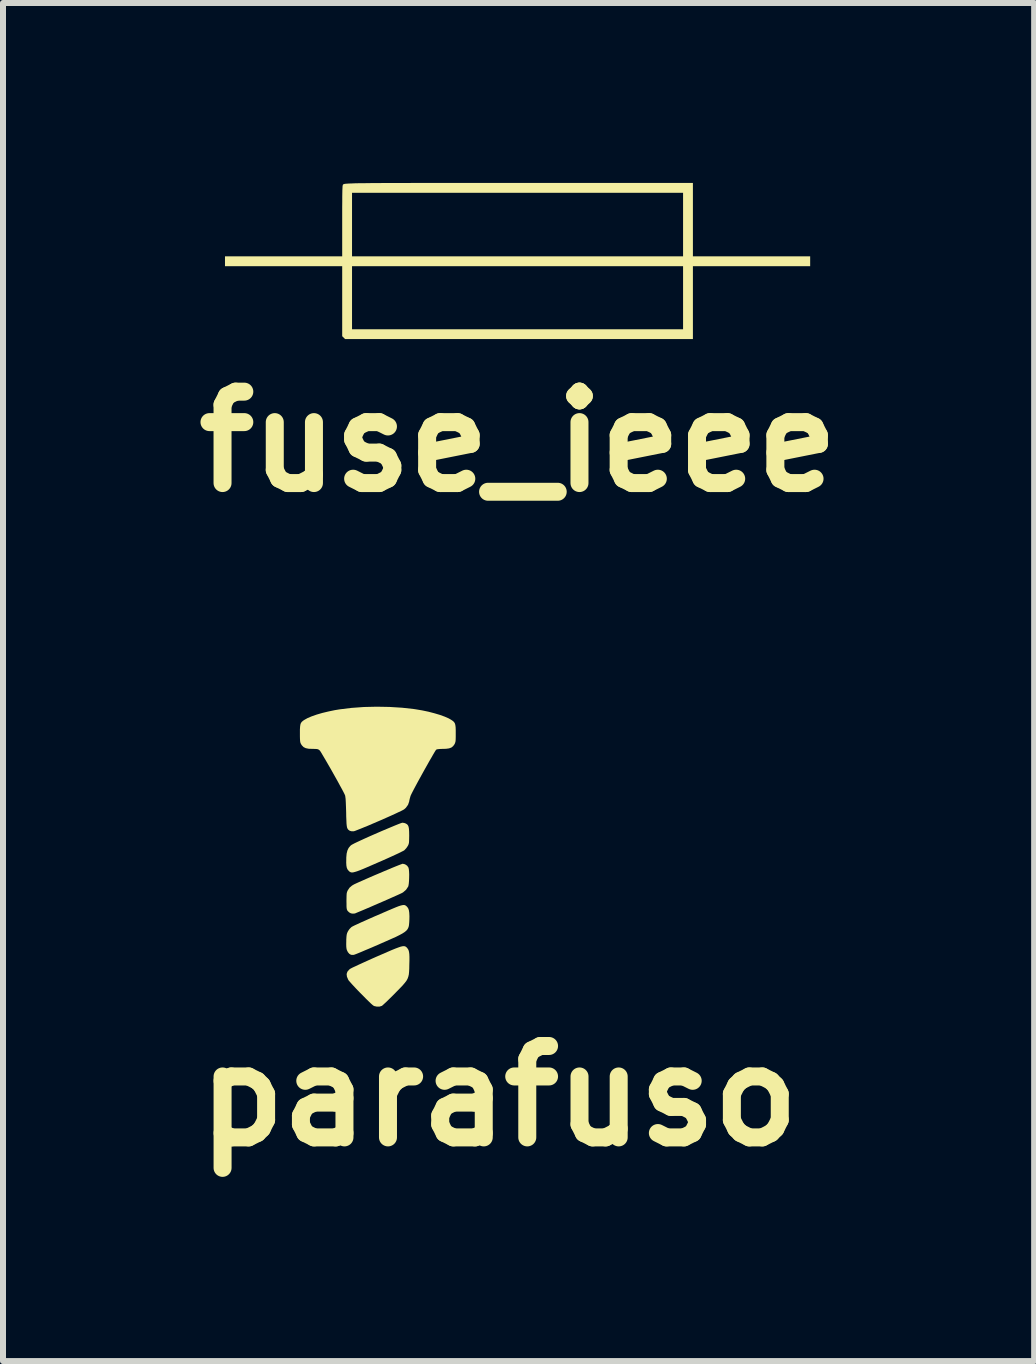
<source format=kicad_pcb>
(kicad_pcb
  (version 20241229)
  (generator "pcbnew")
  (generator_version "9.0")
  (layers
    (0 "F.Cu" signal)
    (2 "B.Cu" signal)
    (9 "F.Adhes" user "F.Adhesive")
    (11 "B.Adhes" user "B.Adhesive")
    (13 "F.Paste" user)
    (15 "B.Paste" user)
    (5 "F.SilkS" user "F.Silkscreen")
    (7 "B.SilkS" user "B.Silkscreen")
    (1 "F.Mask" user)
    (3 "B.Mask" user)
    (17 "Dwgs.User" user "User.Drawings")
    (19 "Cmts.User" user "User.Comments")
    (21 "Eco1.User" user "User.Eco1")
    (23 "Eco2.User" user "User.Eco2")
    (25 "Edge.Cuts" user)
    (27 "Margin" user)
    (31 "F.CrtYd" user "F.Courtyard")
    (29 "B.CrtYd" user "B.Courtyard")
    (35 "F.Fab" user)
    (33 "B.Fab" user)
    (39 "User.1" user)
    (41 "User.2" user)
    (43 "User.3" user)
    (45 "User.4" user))
  (footprint "fuse_ieee"
    (layer "F.Cu")
    (at 5.595 1.314)
    (property "Reference" "fuse_ieee" (at 0 3 0) (layer "F.SilkS") (effects (font (size 1.524 1.524) (thickness 0.3))))
    (attr board_only exclude_from_pos_files exclude_from_bom)
    (fp_poly (pts (xy -0.637 -1.314) (xy -0.402 -1.314) (xy -0.151 -1.314) (xy 0.02 -1.314) (xy 2.907 -1.314) (xy 2.907 -0.09) (xy 4.862 -0.09) (xy 4.862 0.074) (xy 2.907 0.074) (xy 2.907 1.289) (xy -2.892 1.289) (xy -2.94 1.241) (xy -2.94 1.125) (xy -2.776 1.125) (xy 2.743 1.125) (xy 2.743 0.074) (xy -2.776 0.074) (xy -2.776 1.125) (xy -2.94 1.125) (xy -2.94 0.074) (xy -4.894 0.074) (xy -4.894 -0.09) (xy -2.94 -0.09) (xy -2.776 -0.09) (xy 2.743 -0.09) (xy 2.743 -1.15) (xy -2.776 -1.15) (xy -2.776 -0.09) (xy -2.94 -0.09) (xy -2.94 -0.674) (xy -2.94 -0.799) (xy -2.94 -0.908) (xy -2.939 -1.002) (xy -2.939 -1.081) (xy -2.938 -1.146) (xy -2.937 -1.197) (xy -2.935 -1.235) (xy -2.934 -1.26) (xy -2.932 -1.272) (xy -2.931 -1.274) (xy -2.93 -1.277) (xy -2.929 -1.281) (xy -2.928 -1.284) (xy -2.926 -1.287) (xy -2.924 -1.29) (xy -2.919 -1.292) (xy -2.913 -1.294) (xy -2.905 -1.297) (xy -2.893 -1.299) (xy -2.878 -1.301) (xy -2.859 -1.302) (xy -2.835 -1.304) (xy -2.807 -1.305) (xy -2.772 -1.306) (xy -2.732 -1.308) (xy -2.685 -1.309) (xy -2.631 -1.31) (xy -2.57 -1.31) (xy -2.501 -1.311) (xy -2.423 -1.312) (xy -2.336 -1.312) (xy -2.239 -1.313) (xy -2.132 -1.313) (xy -2.015 -1.313) (xy -1.887 -1.313) (xy -1.747 -1.314) (xy -1.595 -1.314) (xy -1.43 -1.314) (xy -1.253 -1.314) (xy -1.062 -1.314) (xy -0.856 -1.314)) (stroke (width 0) (type solid)) (fill yes) (layer "F.SilkS")))
  (footprint "parafuso"
    (layer "F.Cu")
    (at 3.249 11.233)
    (property "Reference" "parafuso" (at 2.02 3.99 0) (layer "F.SilkS") (effects (font (size 1.524 1.524) (thickness 0.3))))
    (attr board_only exclude_from_pos_files exclude_from_bom)
    (fp_poly (pts (xy 0.453 0.126) (xy 0.488 0.149) (xy 0.51 0.18) (xy 0.517 0.207) (xy 0.521 0.248) (xy 0.523 0.298) (xy 0.522 0.352) (xy 0.52 0.405) (xy 0.516 0.451) (xy 0.51 0.486) (xy 0.506 0.498) (xy 0.47 0.552) (xy 0.421 0.594) (xy 0.402 0.605) (xy 0.379 0.616) (xy 0.342 0.633) (xy 0.293 0.655) (xy 0.234 0.681) (xy 0.167 0.711) (xy 0.096 0.742) (xy 0.022 0.774) (xy -0.052 0.806) (xy -0.125 0.838) (xy -0.193 0.867) (xy -0.254 0.893) (xy -0.307 0.915) (xy -0.348 0.932) (xy -0.376 0.944) (xy -0.387 0.947) (xy -0.419 0.949) (xy -0.449 0.944) (xy -0.478 0.928) (xy -0.502 0.905) (xy -0.51 0.893) (xy -0.516 0.878) (xy -0.52 0.857) (xy -0.522 0.828) (xy -0.522 0.785) (xy -0.523 0.739) (xy -0.522 0.683) (xy -0.521 0.642) (xy -0.519 0.613) (xy -0.514 0.591) (xy -0.507 0.573) (xy -0.502 0.562) (xy -0.471 0.516) (xy -0.43 0.481) (xy -0.396 0.461) (xy -0.362 0.445) (xy -0.316 0.424) (xy -0.259 0.399) (xy -0.194 0.37) (xy -0.123 0.339) (xy -0.049 0.307) (xy 0.027 0.275) (xy 0.102 0.243) (xy 0.174 0.213) (xy 0.24 0.185) (xy 0.299 0.161) (xy 0.349 0.141) (xy 0.386 0.127) (xy 0.409 0.119) (xy 0.414 0.117)) (stroke (width 0) (type solid)) (fill yes) (layer "F.SilkS"))
    (fp_poly (pts (xy 0.443 -0.562) (xy 0.467 -0.553) (xy 0.488 -0.54) (xy 0.503 -0.522) (xy 0.513 -0.498) (xy 0.519 -0.464) (xy 0.522 -0.416) (xy 0.523 -0.353) (xy 0.522 -0.298) (xy 0.521 -0.259) (xy 0.519 -0.232) (xy 0.514 -0.211) (xy 0.507 -0.193) (xy 0.498 -0.177) (xy 0.476 -0.144) (xy 0.449 -0.115) (xy 0.44 -0.106) (xy 0.424 -0.097) (xy 0.392 -0.081) (xy 0.346 -0.058) (xy 0.288 -0.031) (xy 0.221 -0.000261) (xy 0.145 0.034) (xy 0.064 0.07) (xy 0.013 0.092) (xy -0.088 0.136) (xy -0.173 0.173) (xy -0.243 0.203) (xy -0.3 0.226) (xy -0.346 0.243) (xy -0.382 0.254) (xy -0.411 0.261) (xy -0.432 0.263) (xy -0.449 0.26) (xy -0.463 0.254) (xy -0.476 0.245) (xy -0.487 0.234) (xy -0.505 0.212) (xy -0.517 0.185) (xy -0.524 0.149) (xy -0.527 0.101) (xy -0.526 0.038) (xy -0.526 0.015) (xy -0.52 -0.052) (xy -0.507 -0.104) (xy -0.487 -0.146) (xy -0.458 -0.181) (xy -0.44 -0.196) (xy -0.422 -0.206) (xy -0.39 -0.223) (xy -0.344 -0.245) (xy -0.288 -0.271) (xy -0.223 -0.301) (xy -0.152 -0.333) (xy -0.077 -0.366) (xy 0.001 -0.4) (xy 0.077 -0.433) (xy 0.151 -0.464) (xy 0.22 -0.493) (xy 0.282 -0.519) (xy 0.334 -0.54) (xy 0.375 -0.556) (xy 0.402 -0.565) (xy 0.411 -0.567)) (stroke (width 0) (type solid)) (fill yes) (layer "F.SilkS"))
    (fp_poly (pts (xy 0.449 0.807) (xy 0.462 0.813) (xy 0.474 0.822) (xy 0.485 0.832) (xy 0.504 0.856) (xy 0.517 0.889) (xy 0.524 0.933) (xy 0.527 0.992) (xy 0.526 1.045) (xy 0.524 1.088) (xy 0.521 1.125) (xy 0.517 1.156) (xy 0.508 1.184) (xy 0.495 1.209) (xy 0.475 1.233) (xy 0.447 1.256) (xy 0.41 1.28) (xy 0.362 1.306) (xy 0.302 1.336) (xy 0.228 1.369) (xy 0.14 1.408) (xy 0.035 1.454) (xy 0.025 1.459) (xy -0.059 1.495) (xy -0.138 1.529) (xy -0.21 1.559) (xy -0.273 1.586) (xy -0.326 1.608) (xy -0.366 1.624) (xy -0.391 1.633) (xy -0.4 1.636) (xy -0.428 1.637) (xy -0.447 1.635) (xy -0.474 1.62) (xy -0.499 1.591) (xy -0.517 1.554) (xy -0.523 1.528) (xy -0.526 1.498) (xy -0.527 1.456) (xy -0.526 1.409) (xy -0.526 1.383) (xy -0.523 1.334) (xy -0.519 1.3) (xy -0.512 1.274) (xy -0.502 1.251) (xy -0.494 1.237) (xy -0.472 1.205) (xy -0.444 1.177) (xy -0.432 1.168) (xy -0.415 1.159) (xy -0.383 1.143) (xy -0.337 1.122) (xy -0.279 1.095) (xy -0.211 1.065) (xy -0.135 1.031) (xy -0.054 0.995) (xy -0.000173 0.972) (xy 0.099 0.929) (xy 0.182 0.893) (xy 0.251 0.864) (xy 0.306 0.841) (xy 0.35 0.824) (xy 0.385 0.813) (xy 0.412 0.807) (xy 0.433 0.805)) (stroke (width 0) (type solid)) (fill yes) (layer "F.SilkS"))
    (fp_poly (pts (xy 0.45 1.493) (xy 0.464 1.499) (xy 0.476 1.508) (xy 0.488 1.52) (xy 0.489 1.522) (xy 0.503 1.54) (xy 0.513 1.561) (xy 0.52 1.587) (xy 0.525 1.623) (xy 0.527 1.669) (xy 0.527 1.73) (xy 0.525 1.804) (xy 0.524 1.867) (xy 0.521 1.92) (xy 0.517 1.963) (xy 0.508 2.001) (xy 0.495 2.036) (xy 0.476 2.07) (xy 0.448 2.106) (xy 0.412 2.148) (xy 0.365 2.197) (xy 0.307 2.256) (xy 0.284 2.28) (xy 0.233 2.331) (xy 0.185 2.378) (xy 0.143 2.419) (xy 0.107 2.452) (xy 0.081 2.476) (xy 0.067 2.487) (xy 0.066 2.487) (xy 0.028 2.499) (xy -0.017 2.499) (xy -0.059 2.49) (xy -0.073 2.483) (xy -0.091 2.469) (xy -0.119 2.444) (xy -0.155 2.409) (xy -0.198 2.367) (xy -0.244 2.32) (xy -0.293 2.271) (xy -0.341 2.222) (xy -0.386 2.174) (xy -0.426 2.131) (xy -0.458 2.095) (xy -0.482 2.068) (xy -0.493 2.052) (xy -0.515 2) (xy -0.52 1.956) (xy -0.508 1.918) (xy -0.478 1.883) (xy -0.464 1.871) (xy -0.448 1.862) (xy -0.417 1.846) (xy -0.371 1.825) (xy -0.314 1.798) (xy -0.246 1.767) (xy -0.171 1.733) (xy -0.089 1.696) (xy -0.028 1.669) (xy 0.076 1.624) (xy 0.163 1.586) (xy 0.235 1.555) (xy 0.294 1.531) (xy 0.342 1.513) (xy 0.38 1.5) (xy 0.409 1.493) (xy 0.432 1.491)) (stroke (width 0) (type solid)) (fill yes) (layer "F.SilkS"))
    (fp_poly (pts (xy 0.196 -2.497) (xy 0.405 -2.484) (xy 0.603 -2.462) (xy 0.635 -2.457) (xy 0.742 -2.439) (xy 0.846 -2.417) (xy 0.945 -2.391) (xy 1.036 -2.364) (xy 1.116 -2.335) (xy 1.182 -2.306) (xy 1.222 -2.283) (xy 1.25 -2.264) (xy 1.27 -2.246) (xy 1.284 -2.224) (xy 1.292 -2.197) (xy 1.297 -2.16) (xy 1.299 -2.109) (xy 1.299 -2.056) (xy 1.299 -1.999) (xy 1.298 -1.957) (xy 1.296 -1.927) (xy 1.291 -1.906) (xy 1.285 -1.889) (xy 1.279 -1.876) (xy 1.255 -1.843) (xy 1.226 -1.82) (xy 1.187 -1.806) (xy 1.135 -1.799) (xy 1.087 -1.798) (xy 1.033 -1.796) (xy 0.995 -1.792) (xy 0.975 -1.786) (xy 0.974 -1.785) (xy 0.965 -1.774) (xy 0.948 -1.747) (xy 0.925 -1.708) (xy 0.896 -1.657) (xy 0.862 -1.599) (xy 0.825 -1.533) (xy 0.786 -1.464) (xy 0.746 -1.392) (xy 0.707 -1.321) (xy 0.669 -1.252) (xy 0.634 -1.187) (xy 0.603 -1.129) (xy 0.577 -1.079) (xy 0.558 -1.041) (xy 0.546 -1.015) (xy 0.544 -1.008) (xy 0.533 -0.97) (xy 0.524 -0.931) (xy 0.523 -0.921) (xy 0.504 -0.866) (xy 0.468 -0.816) (xy 0.44 -0.791) (xy 0.422 -0.78) (xy 0.389 -0.763) (xy 0.342 -0.741) (xy 0.285 -0.714) (xy 0.219 -0.684) (xy 0.147 -0.652) (xy 0.071 -0.618) (xy -0.006 -0.585) (xy -0.083 -0.552) (xy -0.157 -0.52) (xy -0.226 -0.492) (xy -0.287 -0.467) (xy -0.338 -0.447) (xy -0.376 -0.432) (xy -0.401 -0.424) (xy -0.405 -0.424) (xy -0.437 -0.424) (xy -0.463 -0.431) (xy -0.467 -0.432) (xy -0.483 -0.443) (xy -0.496 -0.454) (xy -0.505 -0.468) (xy -0.513 -0.487) (xy -0.518 -0.515) (xy -0.522 -0.553) (xy -0.524 -0.604) (xy -0.527 -0.67) (xy -0.528 -0.742) (xy -0.531 -0.834) (xy -0.534 -0.908) (xy -0.537 -0.963) (xy -0.542 -1.002) (xy -0.546 -1.024) (xy -0.547 -1.025) (xy -0.557 -1.047) (xy -0.575 -1.083) (xy -0.6 -1.13) (xy -0.631 -1.186) (xy -0.665 -1.249) (xy -0.703 -1.317) (xy -0.743 -1.388) (xy -0.782 -1.458) (xy -0.822 -1.527) (xy -0.859 -1.591) (xy -0.893 -1.649) (xy -0.922 -1.698) (xy -0.945 -1.737) (xy -0.961 -1.762) (xy -0.968 -1.771) (xy -0.983 -1.783) (xy -0.997 -1.791) (xy -1.016 -1.795) (xy -1.045 -1.797) (xy -1.089 -1.798) (xy -1.091 -1.798) (xy -1.154 -1.8) (xy -1.202 -1.81) (xy -1.237 -1.827) (xy -1.265 -1.855) (xy -1.279 -1.876) (xy -1.287 -1.892) (xy -1.293 -1.91) (xy -1.296 -1.933) (xy -1.298 -1.965) (xy -1.299 -2.01) (xy -1.299 -2.056) (xy -1.299 -2.12) (xy -1.296 -2.168) (xy -1.291 -2.203) (xy -1.282 -2.229) (xy -1.267 -2.249) (xy -1.245 -2.268) (xy -1.222 -2.283) (xy -1.17 -2.312) (xy -1.101 -2.341) (xy -1.018 -2.37) (xy -0.925 -2.397) (xy -0.825 -2.421) (xy -0.72 -2.443) (xy -0.635 -2.457) (xy -0.439 -2.481) (xy -0.232 -2.496) (xy -0.018 -2.501)) (stroke (width 0) (type solid)) (fill yes) (layer "F.SilkS")))
  (gr_rect
    (start -3 -3)
    (end 14.191 19.641)
    (stroke (width 0.1) (type default))
    (fill no)
    (layer "Edge.Cuts")))
</source>
